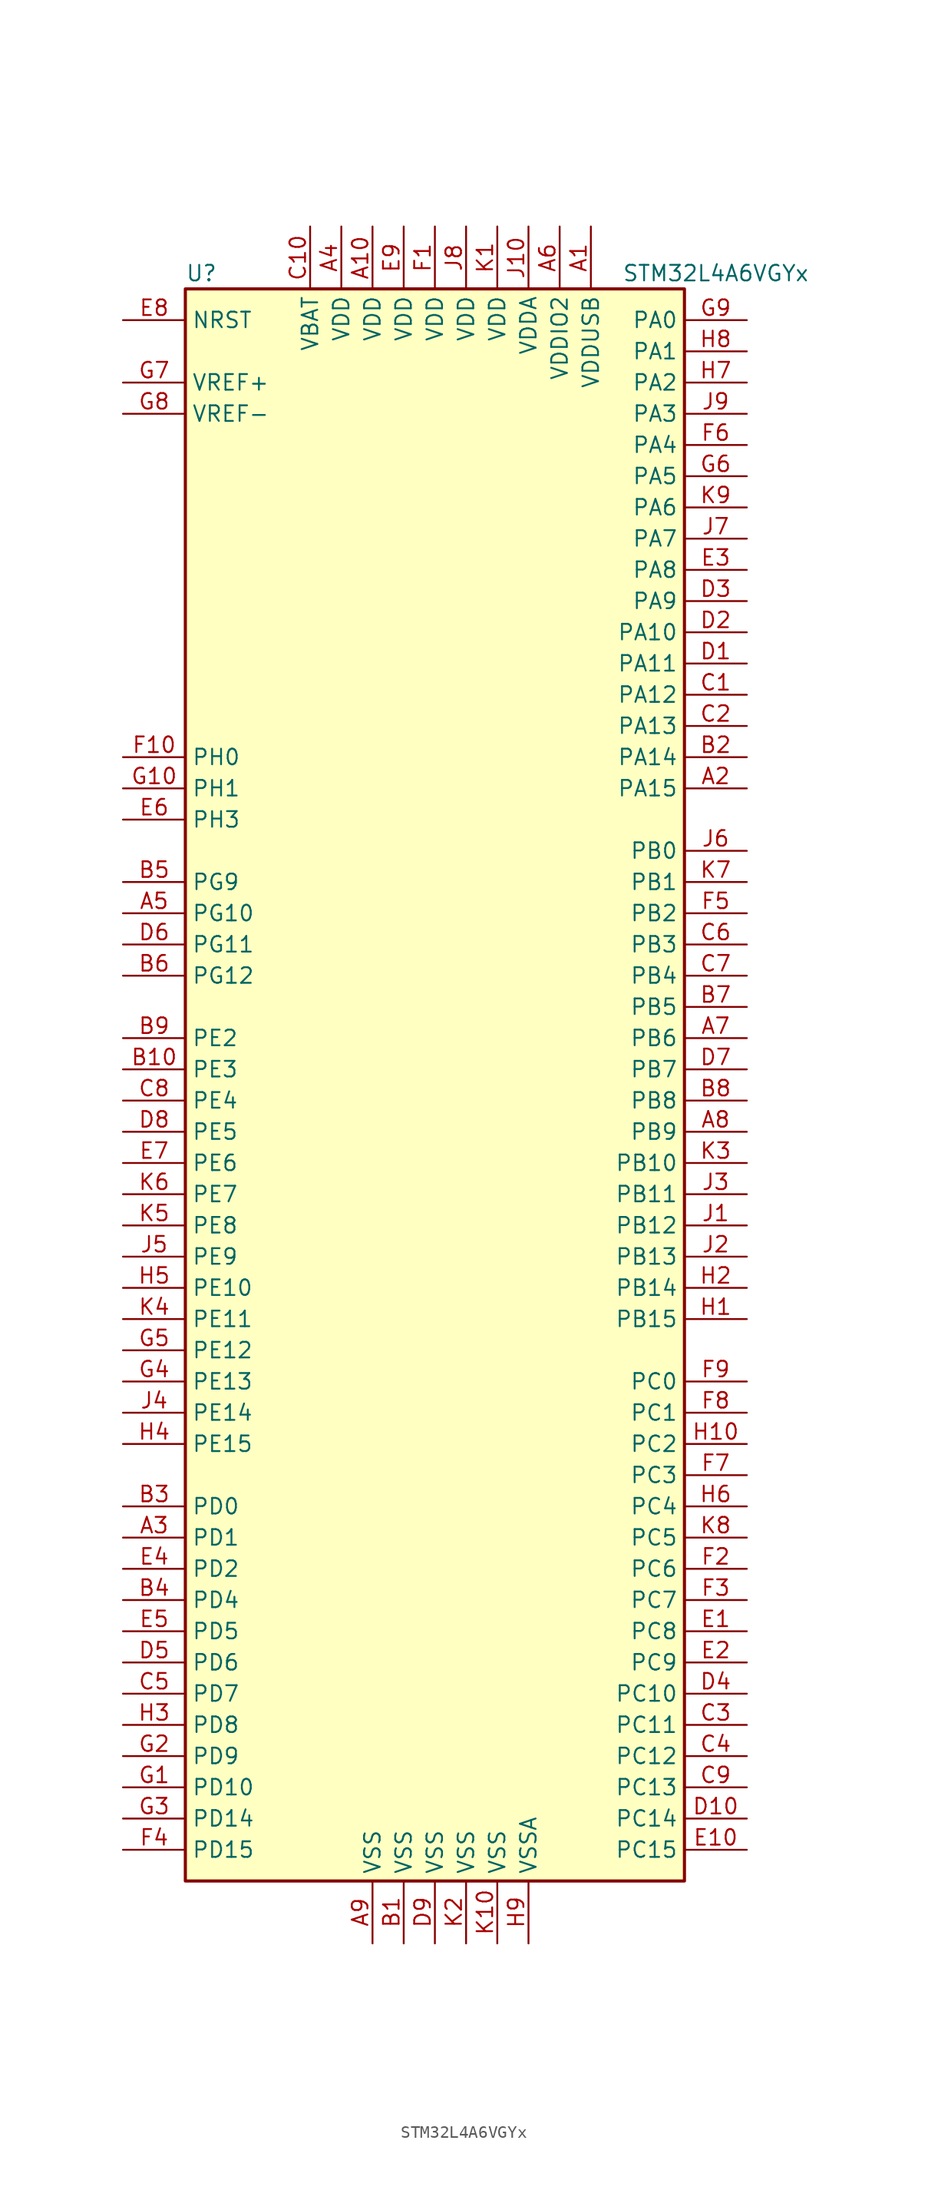
<source format=kicad_sym>
(kicad_symbol_lib
  (version 20211014)
  (generator kicad_symbol_editor)
  (symbol "STM32L4A6VGYx"
    (property "Reference" "U"
      (at -20.32 64.77 0)
      (effects (font (size 1.27 1.27)) (justify left)))
    (property "Value" "STM32L4A6VGYx"
      (at 15.24 64.77 0)
      (effects (font (size 1.27 1.27)) (justify left)))
    (symbol "STM32L4A6VGYx_0_1"
      (rectangle (start -20.32 -66.04) (end 20.32 63.5) (stroke (width 0.254) (type default) (color 0 0 0 0)) (fill (type background))))
    (symbol "STM32L4A6VGYx_1_1"
      (pin power_in line (at 12.7 68.58 270) (length 5.08) (name "VDDUSB" (effects (font (size 1.27 1.27)))) (number "A1" (effects (font (size 1.27 1.27)))))
      (pin power_in line (at -5.08 68.58 270) (length 5.08) (name "VDD" (effects (font (size 1.27 1.27)))) (number "A10" (effects (font (size 1.27 1.27)))))
      (pin bidirectional line (at 25.4 22.86 180) (length 5.08) (name "PA15" (effects (font (size 1.27 1.27)))) (number "A2" (effects (font (size 1.27 1.27)))))
      (pin bidirectional line (at -25.4 -38.1 0) (length 5.08) (name "PD1" (effects (font (size 1.27 1.27)))) (number "A3" (effects (font (size 1.27 1.27)))))
      (pin power_in line (at -7.62 68.58 270) (length 5.08) (name "VDD" (effects (font (size 1.27 1.27)))) (number "A4" (effects (font (size 1.27 1.27)))))
      (pin bidirectional line (at -25.4 12.7 0) (length 5.08) (name "PG10" (effects (font (size 1.27 1.27)))) (number "A5" (effects (font (size 1.27 1.27)))))
      (pin power_in line (at 10.16 68.58 270) (length 5.08) (name "VDDIO2" (effects (font (size 1.27 1.27)))) (number "A6" (effects (font (size 1.27 1.27)))))
      (pin bidirectional line (at 25.4 2.54 180) (length 5.08) (name "PB6" (effects (font (size 1.27 1.27)))) (number "A7" (effects (font (size 1.27 1.27)))))
      (pin bidirectional line (at 25.4 -5.08 180) (length 5.08) (name "PB9" (effects (font (size 1.27 1.27)))) (number "A8" (effects (font (size 1.27 1.27)))))
      (pin power_in line (at -5.08 -71.12 90) (length 5.08) (name "VSS" (effects (font (size 1.27 1.27)))) (number "A9" (effects (font (size 1.27 1.27)))))
      (pin power_in line (at -2.54 -71.12 90) (length 5.08) (name "VSS" (effects (font (size 1.27 1.27)))) (number "B1" (effects (font (size 1.27 1.27)))))
      (pin bidirectional line (at -25.4 0 0) (length 5.08) (name "PE3" (effects (font (size 1.27 1.27)))) (number "B10" (effects (font (size 1.27 1.27)))))
      (pin bidirectional line (at 25.4 25.4 180) (length 5.08) (name "PA14" (effects (font (size 1.27 1.27)))) (number "B2" (effects (font (size 1.27 1.27)))))
      (pin bidirectional line (at -25.4 -35.56 0) (length 5.08) (name "PD0" (effects (font (size 1.27 1.27)))) (number "B3" (effects (font (size 1.27 1.27)))))
      (pin bidirectional line (at -25.4 -43.18 0) (length 5.08) (name "PD4" (effects (font (size 1.27 1.27)))) (number "B4" (effects (font (size 1.27 1.27)))))
      (pin bidirectional line (at -25.4 15.24 0) (length 5.08) (name "PG9" (effects (font (size 1.27 1.27)))) (number "B5" (effects (font (size 1.27 1.27)))))
      (pin bidirectional line (at -25.4 7.62 0) (length 5.08) (name "PG12" (effects (font (size 1.27 1.27)))) (number "B6" (effects (font (size 1.27 1.27)))))
      (pin bidirectional line (at 25.4 5.08 180) (length 5.08) (name "PB5" (effects (font (size 1.27 1.27)))) (number "B7" (effects (font (size 1.27 1.27)))))
      (pin bidirectional line (at 25.4 -2.54 180) (length 5.08) (name "PB8" (effects (font (size 1.27 1.27)))) (number "B8" (effects (font (size 1.27 1.27)))))
      (pin bidirectional line (at -25.4 2.54 0) (length 5.08) (name "PE2" (effects (font (size 1.27 1.27)))) (number "B9" (effects (font (size 1.27 1.27)))))
      (pin bidirectional line (at 25.4 30.48 180) (length 5.08) (name "PA12" (effects (font (size 1.27 1.27)))) (number "C1" (effects (font (size 1.27 1.27)))))
      (pin power_in line (at -10.16 68.58 270) (length 5.08) (name "VBAT" (effects (font (size 1.27 1.27)))) (number "C10" (effects (font (size 1.27 1.27)))))
      (pin bidirectional line (at 25.4 27.94 180) (length 5.08) (name "PA13" (effects (font (size 1.27 1.27)))) (number "C2" (effects (font (size 1.27 1.27)))))
      (pin bidirectional line (at 25.4 -53.34 180) (length 5.08) (name "PC11" (effects (font (size 1.27 1.27)))) (number "C3" (effects (font (size 1.27 1.27)))))
      (pin bidirectional line (at 25.4 -55.88 180) (length 5.08) (name "PC12" (effects (font (size 1.27 1.27)))) (number "C4" (effects (font (size 1.27 1.27)))))
      (pin bidirectional line (at -25.4 -50.8 0) (length 5.08) (name "PD7" (effects (font (size 1.27 1.27)))) (number "C5" (effects (font (size 1.27 1.27)))))
      (pin bidirectional line (at 25.4 10.16 180) (length 5.08) (name "PB3" (effects (font (size 1.27 1.27)))) (number "C6" (effects (font (size 1.27 1.27)))))
      (pin bidirectional line (at 25.4 7.62 180) (length 5.08) (name "PB4" (effects (font (size 1.27 1.27)))) (number "C7" (effects (font (size 1.27 1.27)))))
      (pin bidirectional line (at -25.4 -2.54 0) (length 5.08) (name "PE4" (effects (font (size 1.27 1.27)))) (number "C8" (effects (font (size 1.27 1.27)))))
      (pin bidirectional line (at 25.4 -58.42 180) (length 5.08) (name "PC13" (effects (font (size 1.27 1.27)))) (number "C9" (effects (font (size 1.27 1.27)))))
      (pin bidirectional line (at 25.4 33.02 180) (length 5.08) (name "PA11" (effects (font (size 1.27 1.27)))) (number "D1" (effects (font (size 1.27 1.27)))))
      (pin bidirectional line (at 25.4 -60.96 180) (length 5.08) (name "PC14" (effects (font (size 1.27 1.27)))) (number "D10" (effects (font (size 1.27 1.27)))))
      (pin bidirectional line (at 25.4 35.56 180) (length 5.08) (name "PA10" (effects (font (size 1.27 1.27)))) (number "D2" (effects (font (size 1.27 1.27)))))
      (pin bidirectional line (at 25.4 38.1 180) (length 5.08) (name "PA9" (effects (font (size 1.27 1.27)))) (number "D3" (effects (font (size 1.27 1.27)))))
      (pin bidirectional line (at 25.4 -50.8 180) (length 5.08) (name "PC10" (effects (font (size 1.27 1.27)))) (number "D4" (effects (font (size 1.27 1.27)))))
      (pin bidirectional line (at -25.4 -48.26 0) (length 5.08) (name "PD6" (effects (font (size 1.27 1.27)))) (number "D5" (effects (font (size 1.27 1.27)))))
      (pin bidirectional line (at -25.4 10.16 0) (length 5.08) (name "PG11" (effects (font (size 1.27 1.27)))) (number "D6" (effects (font (size 1.27 1.27)))))
      (pin bidirectional line (at 25.4 0 180) (length 5.08) (name "PB7" (effects (font (size 1.27 1.27)))) (number "D7" (effects (font (size 1.27 1.27)))))
      (pin bidirectional line (at -25.4 -5.08 0) (length 5.08) (name "PE5" (effects (font (size 1.27 1.27)))) (number "D8" (effects (font (size 1.27 1.27)))))
      (pin power_in line (at 0 -71.12 90) (length 5.08) (name "VSS" (effects (font (size 1.27 1.27)))) (number "D9" (effects (font (size 1.27 1.27)))))
      (pin bidirectional line (at 25.4 -45.72 180) (length 5.08) (name "PC8" (effects (font (size 1.27 1.27)))) (number "E1" (effects (font (size 1.27 1.27)))))
      (pin bidirectional line (at 25.4 -63.5 180) (length 5.08) (name "PC15" (effects (font (size 1.27 1.27)))) (number "E10" (effects (font (size 1.27 1.27)))))
      (pin bidirectional line (at 25.4 -48.26 180) (length 5.08) (name "PC9" (effects (font (size 1.27 1.27)))) (number "E2" (effects (font (size 1.27 1.27)))))
      (pin bidirectional line (at 25.4 40.64 180) (length 5.08) (name "PA8" (effects (font (size 1.27 1.27)))) (number "E3" (effects (font (size 1.27 1.27)))))
      (pin bidirectional line (at -25.4 -40.64 0) (length 5.08) (name "PD2" (effects (font (size 1.27 1.27)))) (number "E4" (effects (font (size 1.27 1.27)))))
      (pin bidirectional line (at -25.4 -45.72 0) (length 5.08) (name "PD5" (effects (font (size 1.27 1.27)))) (number "E5" (effects (font (size 1.27 1.27)))))
      (pin bidirectional line (at -25.4 20.32 0) (length 5.08) (name "PH3" (effects (font (size 1.27 1.27)))) (number "E6" (effects (font (size 1.27 1.27)))))
      (pin bidirectional line (at -25.4 -7.62 0) (length 5.08) (name "PE6" (effects (font (size 1.27 1.27)))) (number "E7" (effects (font (size 1.27 1.27)))))
      (pin input line (at -25.4 60.96 0) (length 5.08) (name "NRST" (effects (font (size 1.27 1.27)))) (number "E8" (effects (font (size 1.27 1.27)))))
      (pin power_in line (at -2.54 68.58 270) (length 5.08) (name "VDD" (effects (font (size 1.27 1.27)))) (number "E9" (effects (font (size 1.27 1.27)))))
      (pin power_in line (at 0 68.58 270) (length 5.08) (name "VDD" (effects (font (size 1.27 1.27)))) (number "F1" (effects (font (size 1.27 1.27)))))
      (pin input line (at -25.4 25.4 0) (length 5.08) (name "PH0" (effects (font (size 1.27 1.27)))) (number "F10" (effects (font (size 1.27 1.27)))))
      (pin bidirectional line (at 25.4 -40.64 180) (length 5.08) (name "PC6" (effects (font (size 1.27 1.27)))) (number "F2" (effects (font (size 1.27 1.27)))))
      (pin bidirectional line (at 25.4 -43.18 180) (length 5.08) (name "PC7" (effects (font (size 1.27 1.27)))) (number "F3" (effects (font (size 1.27 1.27)))))
      (pin bidirectional line (at -25.4 -63.5 0) (length 5.08) (name "PD15" (effects (font (size 1.27 1.27)))) (number "F4" (effects (font (size 1.27 1.27)))))
      (pin bidirectional line (at 25.4 12.7 180) (length 5.08) (name "PB2" (effects (font (size 1.27 1.27)))) (number "F5" (effects (font (size 1.27 1.27)))))
      (pin bidirectional line (at 25.4 50.8 180) (length 5.08) (name "PA4" (effects (font (size 1.27 1.27)))) (number "F6" (effects (font (size 1.27 1.27)))))
      (pin bidirectional line (at 25.4 -33.02 180) (length 5.08) (name "PC3" (effects (font (size 1.27 1.27)))) (number "F7" (effects (font (size 1.27 1.27)))))
      (pin bidirectional line (at 25.4 -27.94 180) (length 5.08) (name "PC1" (effects (font (size 1.27 1.27)))) (number "F8" (effects (font (size 1.27 1.27)))))
      (pin bidirectional line (at 25.4 -25.4 180) (length 5.08) (name "PC0" (effects (font (size 1.27 1.27)))) (number "F9" (effects (font (size 1.27 1.27)))))
      (pin bidirectional line (at -25.4 -58.42 0) (length 5.08) (name "PD10" (effects (font (size 1.27 1.27)))) (number "G1" (effects (font (size 1.27 1.27)))))
      (pin input line (at -25.4 22.86 0) (length 5.08) (name "PH1" (effects (font (size 1.27 1.27)))) (number "G10" (effects (font (size 1.27 1.27)))))
      (pin bidirectional line (at -25.4 -55.88 0) (length 5.08) (name "PD9" (effects (font (size 1.27 1.27)))) (number "G2" (effects (font (size 1.27 1.27)))))
      (pin bidirectional line (at -25.4 -60.96 0) (length 5.08) (name "PD14" (effects (font (size 1.27 1.27)))) (number "G3" (effects (font (size 1.27 1.27)))))
      (pin bidirectional line (at -25.4 -25.4 0) (length 5.08) (name "PE13" (effects (font (size 1.27 1.27)))) (number "G4" (effects (font (size 1.27 1.27)))))
      (pin bidirectional line (at -25.4 -22.86 0) (length 5.08) (name "PE12" (effects (font (size 1.27 1.27)))) (number "G5" (effects (font (size 1.27 1.27)))))
      (pin bidirectional line (at 25.4 48.26 180) (length 5.08) (name "PA5" (effects (font (size 1.27 1.27)))) (number "G6" (effects (font (size 1.27 1.27)))))
      (pin bidirectional line (at -25.4 55.88 0) (length 5.08) (name "VREF+" (effects (font (size 1.27 1.27)))) (number "G7" (effects (font (size 1.27 1.27)))))
      (pin power_in line (at -25.4 53.34 0) (length 5.08) (name "VREF-" (effects (font (size 1.27 1.27)))) (number "G8" (effects (font (size 1.27 1.27)))))
      (pin bidirectional line (at 25.4 60.96 180) (length 5.08) (name "PA0" (effects (font (size 1.27 1.27)))) (number "G9" (effects (font (size 1.27 1.27)))))
      (pin bidirectional line (at 25.4 -20.32 180) (length 5.08) (name "PB15" (effects (font (size 1.27 1.27)))) (number "H1" (effects (font (size 1.27 1.27)))))
      (pin bidirectional line (at 25.4 -30.48 180) (length 5.08) (name "PC2" (effects (font (size 1.27 1.27)))) (number "H10" (effects (font (size 1.27 1.27)))))
      (pin bidirectional line (at 25.4 -17.78 180) (length 5.08) (name "PB14" (effects (font (size 1.27 1.27)))) (number "H2" (effects (font (size 1.27 1.27)))))
      (pin bidirectional line (at -25.4 -53.34 0) (length 5.08) (name "PD8" (effects (font (size 1.27 1.27)))) (number "H3" (effects (font (size 1.27 1.27)))))
      (pin bidirectional line (at -25.4 -30.48 0) (length 5.08) (name "PE15" (effects (font (size 1.27 1.27)))) (number "H4" (effects (font (size 1.27 1.27)))))
      (pin bidirectional line (at -25.4 -17.78 0) (length 5.08) (name "PE10" (effects (font (size 1.27 1.27)))) (number "H5" (effects (font (size 1.27 1.27)))))
      (pin bidirectional line (at 25.4 -35.56 180) (length 5.08) (name "PC4" (effects (font (size 1.27 1.27)))) (number "H6" (effects (font (size 1.27 1.27)))))
      (pin bidirectional line (at 25.4 55.88 180) (length 5.08) (name "PA2" (effects (font (size 1.27 1.27)))) (number "H7" (effects (font (size 1.27 1.27)))))
      (pin bidirectional line (at 25.4 58.42 180) (length 5.08) (name "PA1" (effects (font (size 1.27 1.27)))) (number "H8" (effects (font (size 1.27 1.27)))))
      (pin power_in line (at 7.62 -71.12 90) (length 5.08) (name "VSSA" (effects (font (size 1.27 1.27)))) (number "H9" (effects (font (size 1.27 1.27)))))
      (pin bidirectional line (at 25.4 -12.7 180) (length 5.08) (name "PB12" (effects (font (size 1.27 1.27)))) (number "J1" (effects (font (size 1.27 1.27)))))
      (pin power_in line (at 7.62 68.58 270) (length 5.08) (name "VDDA" (effects (font (size 1.27 1.27)))) (number "J10" (effects (font (size 1.27 1.27)))))
      (pin bidirectional line (at 25.4 -15.24 180) (length 5.08) (name "PB13" (effects (font (size 1.27 1.27)))) (number "J2" (effects (font (size 1.27 1.27)))))
      (pin bidirectional line (at 25.4 -10.16 180) (length 5.08) (name "PB11" (effects (font (size 1.27 1.27)))) (number "J3" (effects (font (size 1.27 1.27)))))
      (pin bidirectional line (at -25.4 -27.94 0) (length 5.08) (name "PE14" (effects (font (size 1.27 1.27)))) (number "J4" (effects (font (size 1.27 1.27)))))
      (pin bidirectional line (at -25.4 -15.24 0) (length 5.08) (name "PE9" (effects (font (size 1.27 1.27)))) (number "J5" (effects (font (size 1.27 1.27)))))
      (pin bidirectional line (at 25.4 17.78 180) (length 5.08) (name "PB0" (effects (font (size 1.27 1.27)))) (number "J6" (effects (font (size 1.27 1.27)))))
      (pin bidirectional line (at 25.4 43.18 180) (length 5.08) (name "PA7" (effects (font (size 1.27 1.27)))) (number "J7" (effects (font (size 1.27 1.27)))))
      (pin power_in line (at 2.54 68.58 270) (length 5.08) (name "VDD" (effects (font (size 1.27 1.27)))) (number "J8" (effects (font (size 1.27 1.27)))))
      (pin bidirectional line (at 25.4 53.34 180) (length 5.08) (name "PA3" (effects (font (size 1.27 1.27)))) (number "J9" (effects (font (size 1.27 1.27)))))
      (pin power_in line (at 5.08 68.58 270) (length 5.08) (name "VDD" (effects (font (size 1.27 1.27)))) (number "K1" (effects (font (size 1.27 1.27)))))
      (pin power_in line (at 5.08 -71.12 90) (length 5.08) (name "VSS" (effects (font (size 1.27 1.27)))) (number "K10" (effects (font (size 1.27 1.27)))))
      (pin power_in line (at 2.54 -71.12 90) (length 5.08) (name "VSS" (effects (font (size 1.27 1.27)))) (number "K2" (effects (font (size 1.27 1.27)))))
      (pin bidirectional line (at 25.4 -7.62 180) (length 5.08) (name "PB10" (effects (font (size 1.27 1.27)))) (number "K3" (effects (font (size 1.27 1.27)))))
      (pin bidirectional line (at -25.4 -20.32 0) (length 5.08) (name "PE11" (effects (font (size 1.27 1.27)))) (number "K4" (effects (font (size 1.27 1.27)))))
      (pin bidirectional line (at -25.4 -12.7 0) (length 5.08) (name "PE8" (effects (font (size 1.27 1.27)))) (number "K5" (effects (font (size 1.27 1.27)))))
      (pin bidirectional line (at -25.4 -10.16 0) (length 5.08) (name "PE7" (effects (font (size 1.27 1.27)))) (number "K6" (effects (font (size 1.27 1.27)))))
      (pin bidirectional line (at 25.4 15.24 180) (length 5.08) (name "PB1" (effects (font (size 1.27 1.27)))) (number "K7" (effects (font (size 1.27 1.27)))))
      (pin bidirectional line (at 25.4 -38.1 180) (length 5.08) (name "PC5" (effects (font (size 1.27 1.27)))) (number "K8" (effects (font (size 1.27 1.27)))))
      (pin bidirectional line (at 25.4 45.72 180) (length 5.08) (name "PA6" (effects (font (size 1.27 1.27)))) (number "K9" (effects (font (size 1.27 1.27))))))))
</source>
